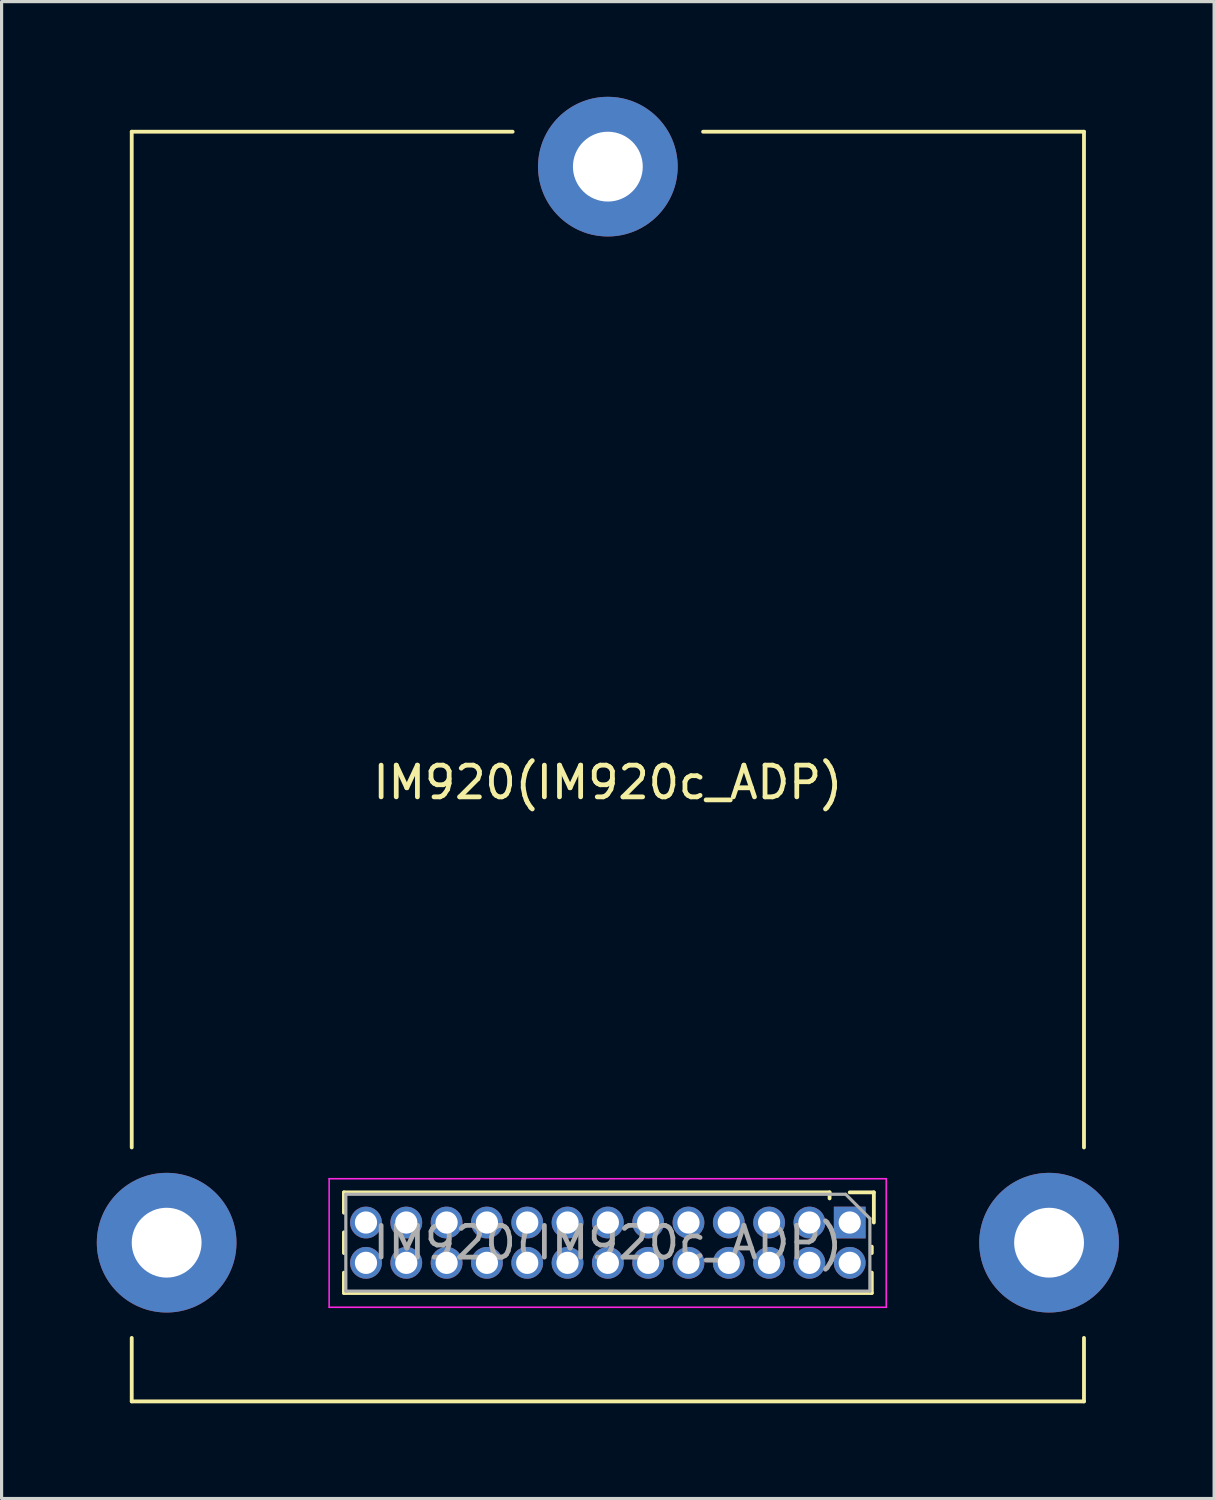
<source format=kicad_pcb>
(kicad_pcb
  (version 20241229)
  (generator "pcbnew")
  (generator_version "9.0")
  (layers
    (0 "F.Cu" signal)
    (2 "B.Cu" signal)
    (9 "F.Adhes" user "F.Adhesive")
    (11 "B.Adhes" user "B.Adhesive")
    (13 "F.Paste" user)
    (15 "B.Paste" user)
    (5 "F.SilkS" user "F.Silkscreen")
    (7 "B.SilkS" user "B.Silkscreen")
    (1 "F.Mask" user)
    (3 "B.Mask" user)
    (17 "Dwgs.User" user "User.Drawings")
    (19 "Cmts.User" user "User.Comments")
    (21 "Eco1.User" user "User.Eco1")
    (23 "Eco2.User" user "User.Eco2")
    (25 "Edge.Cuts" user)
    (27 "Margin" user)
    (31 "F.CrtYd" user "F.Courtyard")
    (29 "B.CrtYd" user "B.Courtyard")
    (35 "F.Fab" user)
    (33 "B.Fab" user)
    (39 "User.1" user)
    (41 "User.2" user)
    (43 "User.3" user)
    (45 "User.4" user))
  (footprint "IM920(IM920c_ADP)"
    (layer "F.Cu")
    (at 16.1 21.1)
    (property "Reference" "IM920(IM920c_ADP)" (at 0 0.5 0) (layer "F.SilkS") (effects (font (size 1 1) (thickness 0.15))))
    (attr through_hole)
    (fp_line (start -15 -20) (end -3 -20) (stroke (width 0.12) (type solid)) (layer "F.SilkS"))
    (fp_line (start -15 12) (end -15 -20) (stroke (width 0.12) (type solid)) (layer "F.SilkS"))
    (fp_line (start -15 20) (end -15 18) (stroke (width 0.12) (type solid)) (layer "F.SilkS"))
    (fp_line (start -8.315 14.057) (end -8.315 13.415) (stroke (width 0.12) (type solid)) (layer "F.SilkS"))
    (fp_line (start -8.315 15.327) (end -8.315 14.673) (stroke (width 0.12) (type solid)) (layer "F.SilkS"))
    (fp_line (start -8.315 16.585) (end -8.315 15.943) (stroke (width 0.12) (type solid)) (layer "F.SilkS"))
    (fp_line (start 3 -20) (end 15 -20) (stroke (width 0.12) (type solid)) (layer "F.SilkS"))
    (fp_line (start 6.985 13.415) (end -8.315 13.415) (stroke (width 0.12) (type solid)) (layer "F.SilkS"))
    (fp_line (start 6.985 13.605) (end 6.985 13.415) (stroke (width 0.12) (type solid)) (layer "F.SilkS"))
    (fp_line (start 8.315 15.327) (end 8.315 15.125) (stroke (width 0.12) (type solid)) (layer "F.SilkS"))
    (fp_line (start 8.315 16.585) (end -8.315 16.585) (stroke (width 0.12) (type solid)) (layer "F.SilkS"))
    (fp_line (start 8.315 16.585) (end 8.315 15.943) (stroke (width 0.12) (type solid)) (layer "F.SilkS"))
    (fp_line (start 8.38 13.415) (end 7.62 13.415) (stroke (width 0.12) (type solid)) (layer "F.SilkS"))
    (fp_line (start 8.38 14.365) (end 8.38 13.415) (stroke (width 0.12) (type solid)) (layer "F.SilkS"))
    (fp_line (start 15 -20) (end 15 12) (stroke (width 0.12) (type solid)) (layer "F.SilkS"))
    (fp_line (start 15 18) (end 15 20) (stroke (width 0.12) (type solid)) (layer "F.SilkS"))
    (fp_line (start 15 20) (end -15 20) (stroke (width 0.12) (type solid)) (layer "F.SilkS"))
    (fp_line (start -8.78 12.985) (end -8.78 17.035) (stroke (width 0.05) (type solid)) (layer "F.CrtYd"))
    (fp_line (start -8.78 17.035) (end 8.77 17.035) (stroke (width 0.05) (type solid)) (layer "F.CrtYd"))
    (fp_line (start 8.77 12.985) (end -8.78 12.985) (stroke (width 0.05) (type solid)) (layer "F.CrtYd"))
    (fp_line (start 8.77 17.035) (end 8.77 12.985) (stroke (width 0.05) (type solid)) (layer "F.CrtYd"))
    (fp_line (start -8.255 13.475) (end -8.255 16.525) (stroke (width 0.1) (type solid)) (layer "F.Fab"))
    (fp_line (start -8.255 16.525) (end 8.255 16.525) (stroke (width 0.1) (type solid)) (layer "F.Fab"))
    (fp_line (start 7.492 13.475) (end -8.255 13.475) (stroke (width 0.1) (type solid)) (layer "F.Fab"))
    (fp_line (start 8.255 14.238) (end 7.492 13.475) (stroke (width 0.1) (type solid)) (layer "F.Fab"))
    (fp_line (start 8.255 16.525) (end 8.255 14.238) (stroke (width 0.1) (type solid)) (layer "F.Fab"))
    (fp_text user "${REFERENCE}" (at 0 15 0) (layer "F.Fab") (effects (font (size 1 1) (thickness 0.15))))
    (pad "" thru_hole circle (at -13.9 15) (size 4.4 4.4) (drill 2.2) (layers "*.Cu" "*.Mask"))
    (pad "" thru_hole circle (at 0 -18.9) (size 4.4 4.4) (drill 2.2) (layers "*.Cu" "*.Mask"))
    (pad "" thru_hole circle (at 13.9 15) (size 4.4 4.4) (drill 2.2) (layers "*.Cu" "*.Mask"))
    (pad "1" thru_hole rect (at 7.62 14.365 90) (size 1 1) (drill 0.7) (layers "*.Cu" "*.Mask"))
    (pad "2" thru_hole oval (at 7.62 15.635 90) (size 1 1) (drill 0.7) (layers "*.Cu" "*.Mask"))
    (pad "3" thru_hole oval (at 6.35 14.365 90) (size 1 1) (drill 0.7) (layers "*.Cu" "*.Mask"))
    (pad "4" thru_hole oval (at 6.35 15.635 90) (size 1 1) (drill 0.7) (layers "*.Cu" "*.Mask"))
    (pad "5" thru_hole oval (at 5.08 14.365 90) (size 1 1) (drill 0.7) (layers "*.Cu" "*.Mask"))
    (pad "6" thru_hole oval (at 5.08 15.635 90) (size 1 1) (drill 0.7) (layers "*.Cu" "*.Mask"))
    (pad "7" thru_hole oval (at 3.81 14.365 90) (size 1 1) (drill 0.7) (layers "*.Cu" "*.Mask"))
    (pad "8" thru_hole oval (at 3.81 15.635 90) (size 1 1) (drill 0.7) (layers "*.Cu" "*.Mask"))
    (pad "9" thru_hole oval (at 2.54 14.365 90) (size 1 1) (drill 0.7) (layers "*.Cu" "*.Mask"))
    (pad "10" thru_hole oval (at 2.54 15.635 90) (size 1 1) (drill 0.7) (layers "*.Cu" "*.Mask"))
    (pad "11" thru_hole oval (at 1.27 14.365 90) (size 1 1) (drill 0.7) (layers "*.Cu" "*.Mask"))
    (pad "12" thru_hole oval (at 1.27 15.635 90) (size 1 1) (drill 0.7) (layers "*.Cu" "*.Mask"))
    (pad "13" thru_hole oval (at 0 14.365 90) (size 1 1) (drill 0.7) (layers "*.Cu" "*.Mask"))
    (pad "14" thru_hole oval (at 0 15.635 90) (size 1 1) (drill 0.7) (layers "*.Cu" "*.Mask"))
    (pad "15" thru_hole oval (at -1.27 14.365 90) (size 1 1) (drill 0.7) (layers "*.Cu" "*.Mask"))
    (pad "16" thru_hole oval (at -1.27 15.635 90) (size 1 1) (drill 0.7) (layers "*.Cu" "*.Mask"))
    (pad "17" thru_hole oval (at -2.54 14.365 90) (size 1 1) (drill 0.7) (layers "*.Cu" "*.Mask"))
    (pad "18" thru_hole oval (at -2.54 15.635 90) (size 1 1) (drill 0.7) (layers "*.Cu" "*.Mask"))
    (pad "19" thru_hole oval (at -3.81 14.365 90) (size 1 1) (drill 0.7) (layers "*.Cu" "*.Mask"))
    (pad "20" thru_hole oval (at -3.81 15.635 90) (size 1 1) (drill 0.7) (layers "*.Cu" "*.Mask"))
    (pad "21" thru_hole oval (at -5.08 14.365 90) (size 1 1) (drill 0.7) (layers "*.Cu" "*.Mask"))
    (pad "22" thru_hole oval (at -5.08 15.635 90) (size 1 1) (drill 0.7) (layers "*.Cu" "*.Mask"))
    (pad "23" thru_hole oval (at -6.35 14.365 90) (size 1 1) (drill 0.7) (layers "*.Cu" "*.Mask"))
    (pad "24" thru_hole oval (at -6.35 15.635 90) (size 1 1) (drill 0.7) (layers "*.Cu" "*.Mask"))
    (pad "25" thru_hole oval (at -7.62 14.365 90) (size 1 1) (drill 0.7) (layers "*.Cu" "*.Mask"))
    (pad "26" thru_hole oval (at -7.62 15.635 90) (size 1 1) (drill 0.7) (layers "*.Cu" "*.Mask")))
  (gr_rect
    (start -3 -3)
    (end 35.2 44.16)
    (stroke (width 0.1) (type default))
    (fill no)
    (layer "Edge.Cuts")))
</source>
